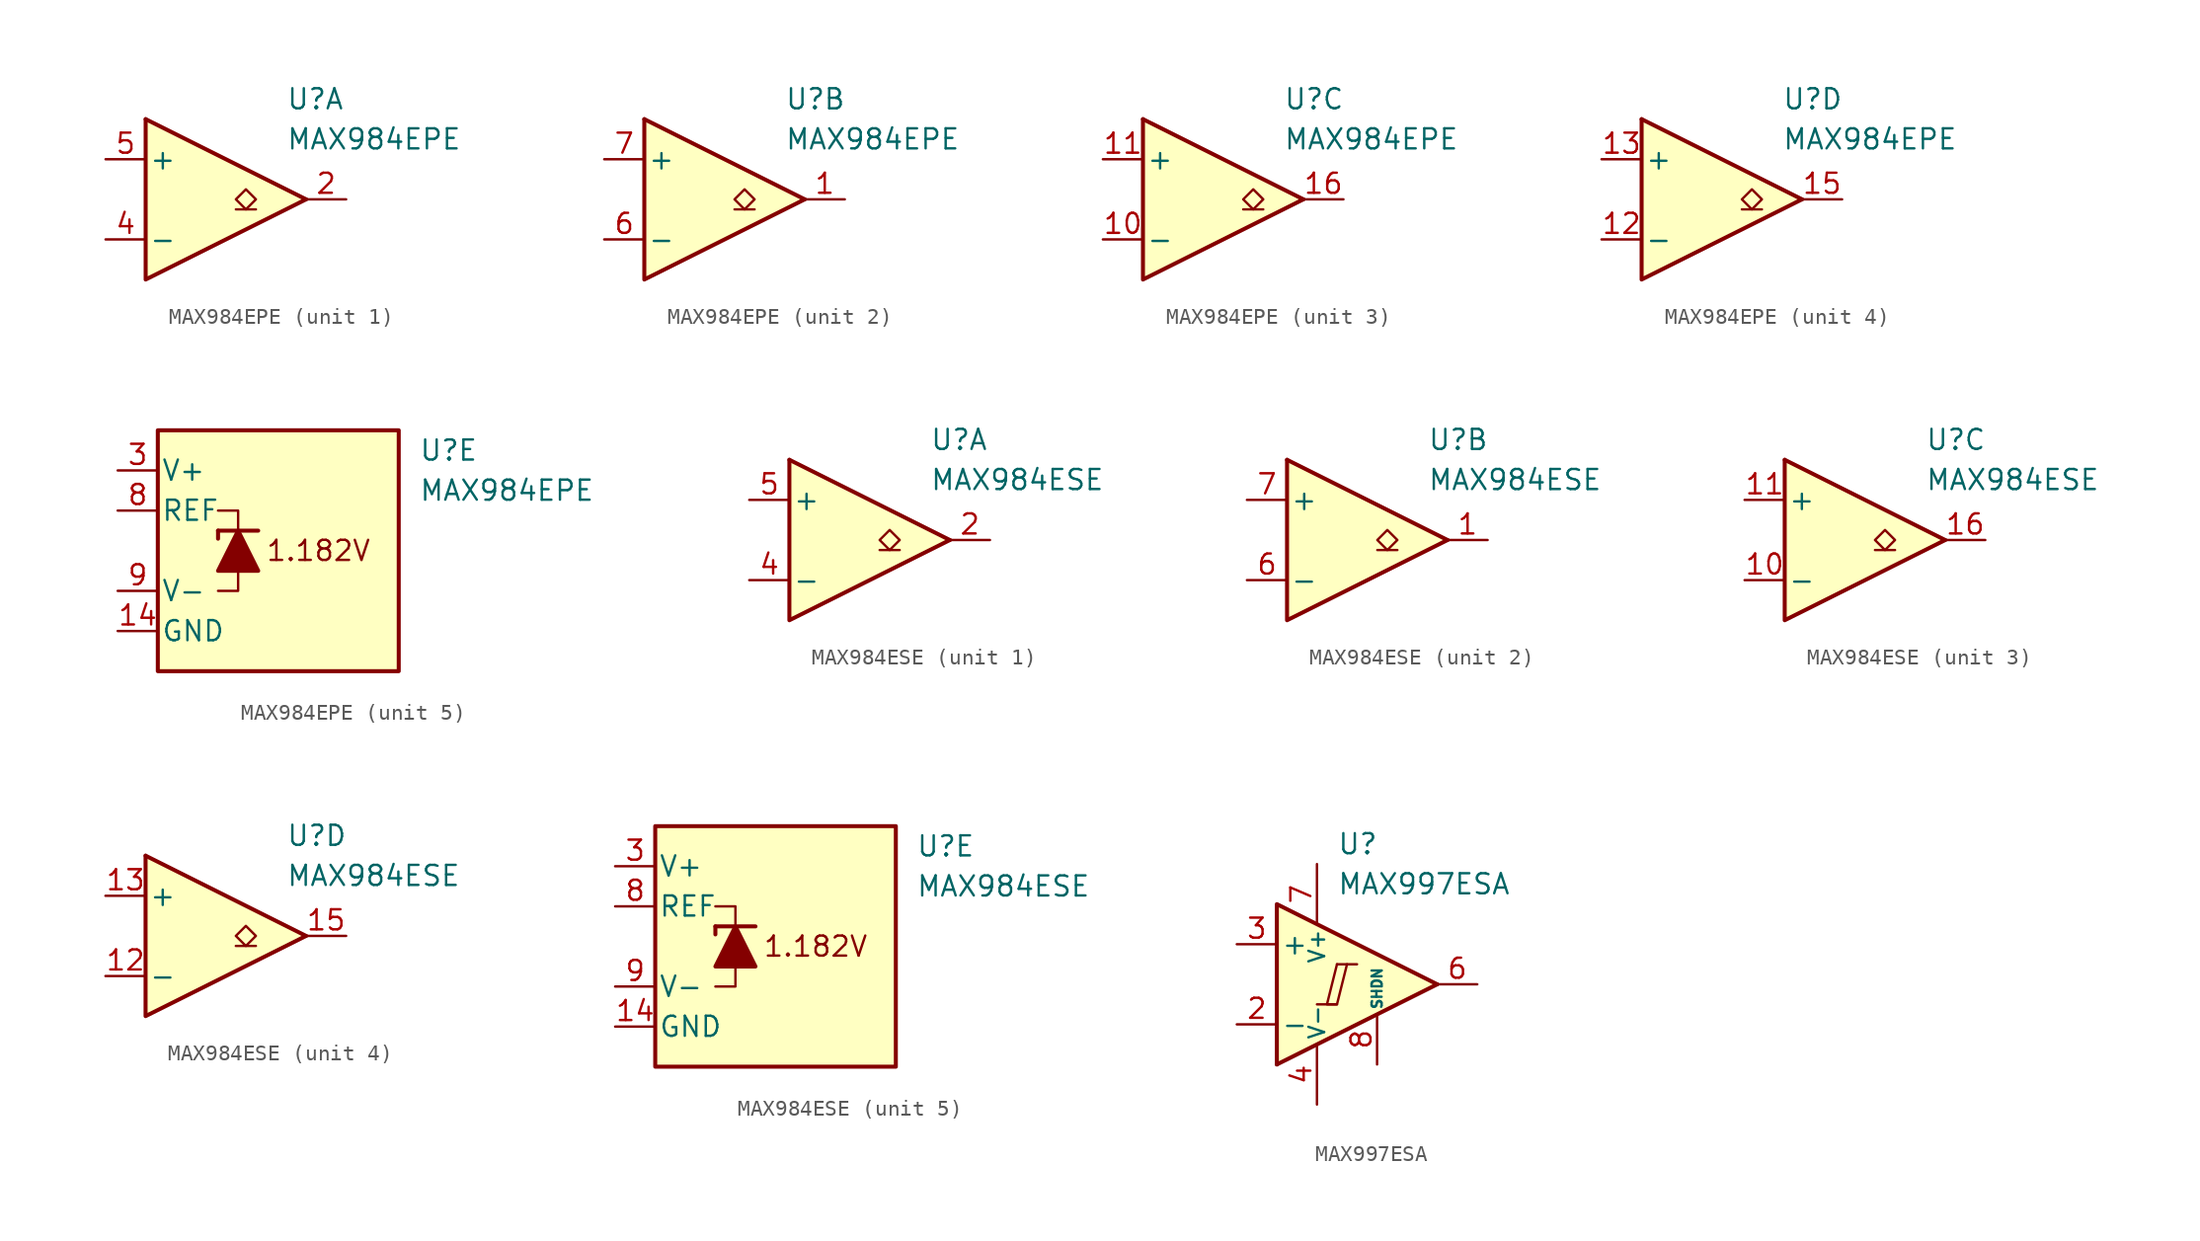
<source format=kicad_sym>
(kicad_symbol_lib
  (version 20231120)
  (generator "kicad_symbol_editor")
  (generator_version "8.0")
  (symbol "MAX984EPE"
    (pin_names
      (offset 0.2))
    (property "Reference" "U"
      (at 5.08 6.35 0)
      (effects (font (size 1.27 1.27)) (justify left)))
    (property "Value" "MAX984EPE"
      (at 5.08 3.81 0)
      (effects (font (size 1.27 1.27)) (justify left)))
    (property "ki_locked" ""
      (at 0 0 0)
      (effects (font (size 1.27 1.27))))
    (symbol "MAX984EPE_1_1"
      (polyline (pts (xy -3.81 5.08) (xy 6.35 0)) (stroke (width 0.254) (type default)) (fill (type none)))
      (polyline (pts (xy 3.175 -0.635) (xy 1.905 -0.635)) (stroke (width 0.152) (type default)) (fill (type none)))
      (polyline (pts (xy -3.81 5.08) (xy -3.81 -5.08) (xy 6.35 0)) (stroke (width 0.254) (type default)) (fill (type background)))
      (polyline (pts (xy 2.54 -0.635) (xy 1.905 0) (xy 2.54 0.635) (xy 3.175 0) (xy 2.54 -0.635)) (stroke (width 0.152) (type default)) (fill (type none)))
      (pin output line (at 8.89 0 180) (length 2.54) (name "~" (effects (font (size 1.27 1.27)))) (number "2" (effects (font (size 1.27 1.27)))))
      (pin input line (at -6.35 -2.54 0) (length 2.54) (name "-" (effects (font (size 1.27 1.27)))) (number "4" (effects (font (size 1.27 1.27)))))
      (pin input line (at -6.35 2.54 0) (length 2.54) (name "+" (effects (font (size 1.27 1.27)))) (number "5" (effects (font (size 1.27 1.27))))))
    (symbol "MAX984EPE_2_1"
      (polyline (pts (xy -3.81 5.08) (xy 6.35 0)) (stroke (width 0.254) (type default)) (fill (type none)))
      (polyline (pts (xy 3.175 -0.635) (xy 1.905 -0.635)) (stroke (width 0.152) (type default)) (fill (type none)))
      (polyline (pts (xy -3.81 5.08) (xy -3.81 -5.08) (xy 6.35 0)) (stroke (width 0.254) (type default)) (fill (type background)))
      (polyline (pts (xy 2.54 -0.635) (xy 1.905 0) (xy 2.54 0.635) (xy 3.175 0) (xy 2.54 -0.635)) (stroke (width 0.152) (type default)) (fill (type none)))
      (pin output line (at 8.89 0 180) (length 2.54) (name "~" (effects (font (size 1.27 1.27)))) (number "1" (effects (font (size 1.27 1.27)))))
      (pin input line (at -6.35 -2.54 0) (length 2.54) (name "-" (effects (font (size 1.27 1.27)))) (number "6" (effects (font (size 1.27 1.27)))))
      (pin input line (at -6.35 2.54 0) (length 2.54) (name "+" (effects (font (size 1.27 1.27)))) (number "7" (effects (font (size 1.27 1.27))))))
    (symbol "MAX984EPE_3_1"
      (polyline (pts (xy -3.81 5.08) (xy 6.35 0)) (stroke (width 0.254) (type default)) (fill (type none)))
      (polyline (pts (xy 3.81 -0.635) (xy 2.54 -0.635)) (stroke (width 0.152) (type default)) (fill (type none)))
      (polyline (pts (xy -3.81 5.08) (xy -3.81 -5.08) (xy 6.35 0)) (stroke (width 0.254) (type default)) (fill (type background)))
      (polyline (pts (xy 3.175 -0.635) (xy 2.54 0) (xy 3.175 0.635) (xy 3.81 0) (xy 3.175 -0.635)) (stroke (width 0.152) (type default)) (fill (type none)))
      (pin input line (at -6.35 -2.54 0) (length 2.54) (name "-" (effects (font (size 1.27 1.27)))) (number "10" (effects (font (size 1.27 1.27)))))
      (pin input line (at -6.35 2.54 0) (length 2.54) (name "+" (effects (font (size 1.27 1.27)))) (number "11" (effects (font (size 1.27 1.27)))))
      (pin output line (at 8.89 0 180) (length 2.54) (name "~" (effects (font (size 1.27 1.27)))) (number "16" (effects (font (size 1.27 1.27))))))
    (symbol "MAX984EPE_4_1"
      (polyline (pts (xy -3.81 5.08) (xy 6.35 0)) (stroke (width 0.254) (type default)) (fill (type none)))
      (polyline (pts (xy 3.81 -0.635) (xy 2.54 -0.635)) (stroke (width 0.152) (type default)) (fill (type none)))
      (polyline (pts (xy -3.81 5.08) (xy -3.81 -5.08) (xy 6.35 0)) (stroke (width 0.254) (type default)) (fill (type background)))
      (polyline (pts (xy 3.175 -0.635) (xy 2.54 0) (xy 3.175 0.635) (xy 3.81 0) (xy 3.175 -0.635)) (stroke (width 0.152) (type default)) (fill (type none)))
      (pin input line (at -6.35 -2.54 0) (length 2.54) (name "-" (effects (font (size 1.27 1.27)))) (number "12" (effects (font (size 1.27 1.27)))))
      (pin input line (at -6.35 2.54 0) (length 2.54) (name "+" (effects (font (size 1.27 1.27)))) (number "13" (effects (font (size 1.27 1.27)))))
      (pin output line (at 8.89 0 180) (length 2.54) (name "~" (effects (font (size 1.27 1.27)))) (number "15" (effects (font (size 1.27 1.27))))))
    (symbol "MAX984EPE_5_0"
      (text "1.182V" (at -1.27 0 0) (effects (font (size 1.27 1.27)))))
    (symbol "MAX984EPE_5_1"
      (rectangle (start -11.43 7.62) (end 3.81 -7.62) (stroke (width 0.254) (type default)) (fill (type background)))
      (polyline (pts (xy -7.62 1.27) (xy -7.62 0.762)) (stroke (width 0.254) (type default)) (fill (type none)))
      (polyline (pts (xy -7.62 1.27) (xy -5.08 1.27)) (stroke (width 0.254) (type default)) (fill (type none)))
      (polyline (pts (xy -6.35 -1.27) (xy -6.35 -2.54) (xy -7.62 -2.54)) (stroke (width 0) (type default)) (fill (type none)))
      (polyline (pts (xy -6.35 1.27) (xy -6.35 2.54) (xy -7.62 2.54)) (stroke (width 0) (type default)) (fill (type none)))
      (polyline (pts (xy -5.08 -1.27) (xy -7.62 -1.27) (xy -6.35 1.27) (xy -5.08 -1.27)) (stroke (width 0.254) (type default)) (fill (type outline)))
      (pin power_in line (at -13.97 -5.08 0) (length 2.54) (name "GND" (effects (font (size 1.27 1.27)))) (number "14" (effects (font (size 1.27 1.27)))))
      (pin power_in line (at -13.97 5.08 0) (length 2.54) (name "V+" (effects (font (size 1.27 1.27)))) (number "3" (effects (font (size 1.27 1.27)))))
      (pin output line (at -13.97 2.54 0) (length 2.54) (name "REF" (effects (font (size 1.27 1.27)))) (number "8" (effects (font (size 1.27 1.27)))))
      (pin power_in line (at -13.97 -2.54 0) (length 2.54) (name "V-" (effects (font (size 1.27 1.27)))) (number "9" (effects (font (size 1.27 1.27)))))))
  (symbol "MAX984ESE"
    (pin_names
      (offset 0.2))
    (property "Reference" "U"
      (at 5.08 6.35 0)
      (effects (font (size 1.27 1.27)) (justify left)))
    (property "Value" "MAX984ESE"
      (at 5.08 3.81 0)
      (effects (font (size 1.27 1.27)) (justify left)))
    (property "ki_locked" ""
      (at 0 0 0)
      (effects (font (size 1.27 1.27))))
    (symbol "MAX984ESE_1_1"
      (polyline (pts (xy -3.81 5.08) (xy 6.35 0)) (stroke (width 0.254) (type default)) (fill (type none)))
      (polyline (pts (xy 3.175 -0.635) (xy 1.905 -0.635)) (stroke (width 0.152) (type default)) (fill (type none)))
      (polyline (pts (xy -3.81 5.08) (xy -3.81 -5.08) (xy 6.35 0)) (stroke (width 0.254) (type default)) (fill (type background)))
      (polyline (pts (xy 2.54 -0.635) (xy 1.905 0) (xy 2.54 0.635) (xy 3.175 0) (xy 2.54 -0.635)) (stroke (width 0.152) (type default)) (fill (type none)))
      (pin output line (at 8.89 0 180) (length 2.54) (name "~" (effects (font (size 1.27 1.27)))) (number "2" (effects (font (size 1.27 1.27)))))
      (pin input line (at -6.35 -2.54 0) (length 2.54) (name "-" (effects (font (size 1.27 1.27)))) (number "4" (effects (font (size 1.27 1.27)))))
      (pin input line (at -6.35 2.54 0) (length 2.54) (name "+" (effects (font (size 1.27 1.27)))) (number "5" (effects (font (size 1.27 1.27))))))
    (symbol "MAX984ESE_2_1"
      (polyline (pts (xy -3.81 5.08) (xy 6.35 0)) (stroke (width 0.254) (type default)) (fill (type none)))
      (polyline (pts (xy 3.175 -0.635) (xy 1.905 -0.635)) (stroke (width 0.152) (type default)) (fill (type none)))
      (polyline (pts (xy -3.81 5.08) (xy -3.81 -5.08) (xy 6.35 0)) (stroke (width 0.254) (type default)) (fill (type background)))
      (polyline (pts (xy 2.54 -0.635) (xy 1.905 0) (xy 2.54 0.635) (xy 3.175 0) (xy 2.54 -0.635)) (stroke (width 0.152) (type default)) (fill (type none)))
      (pin output line (at 8.89 0 180) (length 2.54) (name "~" (effects (font (size 1.27 1.27)))) (number "1" (effects (font (size 1.27 1.27)))))
      (pin input line (at -6.35 -2.54 0) (length 2.54) (name "-" (effects (font (size 1.27 1.27)))) (number "6" (effects (font (size 1.27 1.27)))))
      (pin input line (at -6.35 2.54 0) (length 2.54) (name "+" (effects (font (size 1.27 1.27)))) (number "7" (effects (font (size 1.27 1.27))))))
    (symbol "MAX984ESE_3_1"
      (polyline (pts (xy -3.81 5.08) (xy 6.35 0)) (stroke (width 0.254) (type default)) (fill (type none)))
      (polyline (pts (xy 3.175 -0.635) (xy 1.905 -0.635)) (stroke (width 0.152) (type default)) (fill (type none)))
      (polyline (pts (xy -3.81 5.08) (xy -3.81 -5.08) (xy 6.35 0)) (stroke (width 0.254) (type default)) (fill (type background)))
      (polyline (pts (xy 2.54 -0.635) (xy 1.905 0) (xy 2.54 0.635) (xy 3.175 0) (xy 2.54 -0.635)) (stroke (width 0.152) (type default)) (fill (type none)))
      (pin input line (at -6.35 -2.54 0) (length 2.54) (name "-" (effects (font (size 1.27 1.27)))) (number "10" (effects (font (size 1.27 1.27)))))
      (pin input line (at -6.35 2.54 0) (length 2.54) (name "+" (effects (font (size 1.27 1.27)))) (number "11" (effects (font (size 1.27 1.27)))))
      (pin output line (at 8.89 0 180) (length 2.54) (name "~" (effects (font (size 1.27 1.27)))) (number "16" (effects (font (size 1.27 1.27))))))
    (symbol "MAX984ESE_4_1"
      (polyline (pts (xy -3.81 5.08) (xy 6.35 0)) (stroke (width 0.254) (type default)) (fill (type none)))
      (polyline (pts (xy 3.175 -0.635) (xy 1.905 -0.635)) (stroke (width 0.152) (type default)) (fill (type none)))
      (polyline (pts (xy -3.81 5.08) (xy -3.81 -5.08) (xy 6.35 0)) (stroke (width 0.254) (type default)) (fill (type background)))
      (polyline (pts (xy 2.54 -0.635) (xy 1.905 0) (xy 2.54 0.635) (xy 3.175 0) (xy 2.54 -0.635)) (stroke (width 0.152) (type default)) (fill (type none)))
      (pin input line (at -6.35 -2.54 0) (length 2.54) (name "-" (effects (font (size 1.27 1.27)))) (number "12" (effects (font (size 1.27 1.27)))))
      (pin input line (at -6.35 2.54 0) (length 2.54) (name "+" (effects (font (size 1.27 1.27)))) (number "13" (effects (font (size 1.27 1.27)))))
      (pin output line (at 8.89 0 180) (length 2.54) (name "~" (effects (font (size 1.27 1.27)))) (number "15" (effects (font (size 1.27 1.27))))))
    (symbol "MAX984ESE_5_0"
      (text "1.182V" (at -1.27 0 0) (effects (font (size 1.27 1.27)))))
    (symbol "MAX984ESE_5_1"
      (rectangle (start -11.43 7.62) (end 3.81 -7.62) (stroke (width 0.254) (type default)) (fill (type background)))
      (polyline (pts (xy -7.62 1.27) (xy -7.62 0.762)) (stroke (width 0.254) (type default)) (fill (type none)))
      (polyline (pts (xy -7.62 1.27) (xy -5.08 1.27)) (stroke (width 0.254) (type default)) (fill (type none)))
      (polyline (pts (xy -6.35 -1.27) (xy -6.35 -2.54) (xy -7.62 -2.54)) (stroke (width 0) (type default)) (fill (type none)))
      (polyline (pts (xy -6.35 1.27) (xy -6.35 2.54) (xy -7.62 2.54)) (stroke (width 0) (type default)) (fill (type none)))
      (polyline (pts (xy -5.08 -1.27) (xy -7.62 -1.27) (xy -6.35 1.27) (xy -5.08 -1.27)) (stroke (width 0.254) (type default)) (fill (type outline)))
      (pin power_in line (at -13.97 -5.08 0) (length 2.54) (name "GND" (effects (font (size 1.27 1.27)))) (number "14" (effects (font (size 1.27 1.27)))))
      (pin power_in line (at -13.97 5.08 0) (length 2.54) (name "V+" (effects (font (size 1.27 1.27)))) (number "3" (effects (font (size 1.27 1.27)))))
      (pin output line (at -13.97 2.54 0) (length 2.54) (name "REF" (effects (font (size 1.27 1.27)))) (number "8" (effects (font (size 1.27 1.27)))))
      (pin power_in line (at -13.97 -2.54 0) (length 2.54) (name "V-" (effects (font (size 1.27 1.27)))) (number "9" (effects (font (size 1.27 1.27)))))))
  (symbol "MAX997ESA"
    (pin_names
      (offset 0.254))
    (property "Reference" "U"
      (at 0 8.89 0)
      (effects (font (size 1.27 1.27)) (justify left)))
    (property "Value" "MAX997ESA"
      (at 0 6.35 0)
      (effects (font (size 1.27 1.27)) (justify left)))
    (symbol "MAX997ESA_0_0"
      (polyline (pts (xy -1.27 -1.27) (xy 0 -1.27)) (stroke (width 0.152) (type default)) (fill (type none)))
      (polyline (pts (xy 0 1.27) (xy 1.27 1.27)) (stroke (width 0.152) (type default)) (fill (type none)))
      (polyline (pts (xy 6.35 0) (xy -3.81 -5.08)) (stroke (width 0.254) (type default)) (fill (type none)))
      (polyline (pts (xy 6.35 0) (xy -3.81 5.08) (xy -3.81 -5.08)) (stroke (width 0.254) (type default)) (fill (type background)))
      (polyline (pts (xy 0 1.27) (xy -0.635 -1.27) (xy 0 -1.27) (xy 0.635 1.27)) (stroke (width 0.152) (type default)) (fill (type none))))
    (symbol "MAX997ESA_1_1"
      (pin free line (at -2.54 1.27 0) (length 2.54) hide (name "NC" (effects (font (size 1.27 1.27)))) (number "1" (effects (font (size 1.27 1.27)))))
      (pin input line (at -6.35 -2.54 0) (length 2.54) (name "-" (effects (font (size 1.27 1.27)))) (number "2" (effects (font (size 1.27 1.27)))))
      (pin input line (at -6.35 2.54 0) (length 2.54) (name "+" (effects (font (size 1.27 1.27)))) (number "3" (effects (font (size 1.27 1.27)))))
      (pin power_in line (at -1.27 -7.62 90) (length 3.81) (name "V-" (effects (font (size 1 1)))) (number "4" (effects (font (size 1.27 1.27)))))
      (pin free line (at -2.54 -1.27 0) (length 2.54) hide (name "NC" (effects (font (size 1.27 1.27)))) (number "5" (effects (font (size 1.27 1.27)))))
      (pin output line (at 8.89 0 180) (length 2.54) (name "~" (effects (font (size 1.27 1.27)))) (number "6" (effects (font (size 1.27 1.27)))))
      (pin power_in line (at -1.27 7.62 270) (length 3.81) (name "V+" (effects (font (size 1 1)))) (number "7" (effects (font (size 1.27 1.27)))))
      (pin input line (at 2.54 -5.08 90) (length 3.18) (name "SHDN" (effects (font (size 0.635 0.635)))) (number "8" (effects (font (size 1.27 1.27))))))))
</source>
